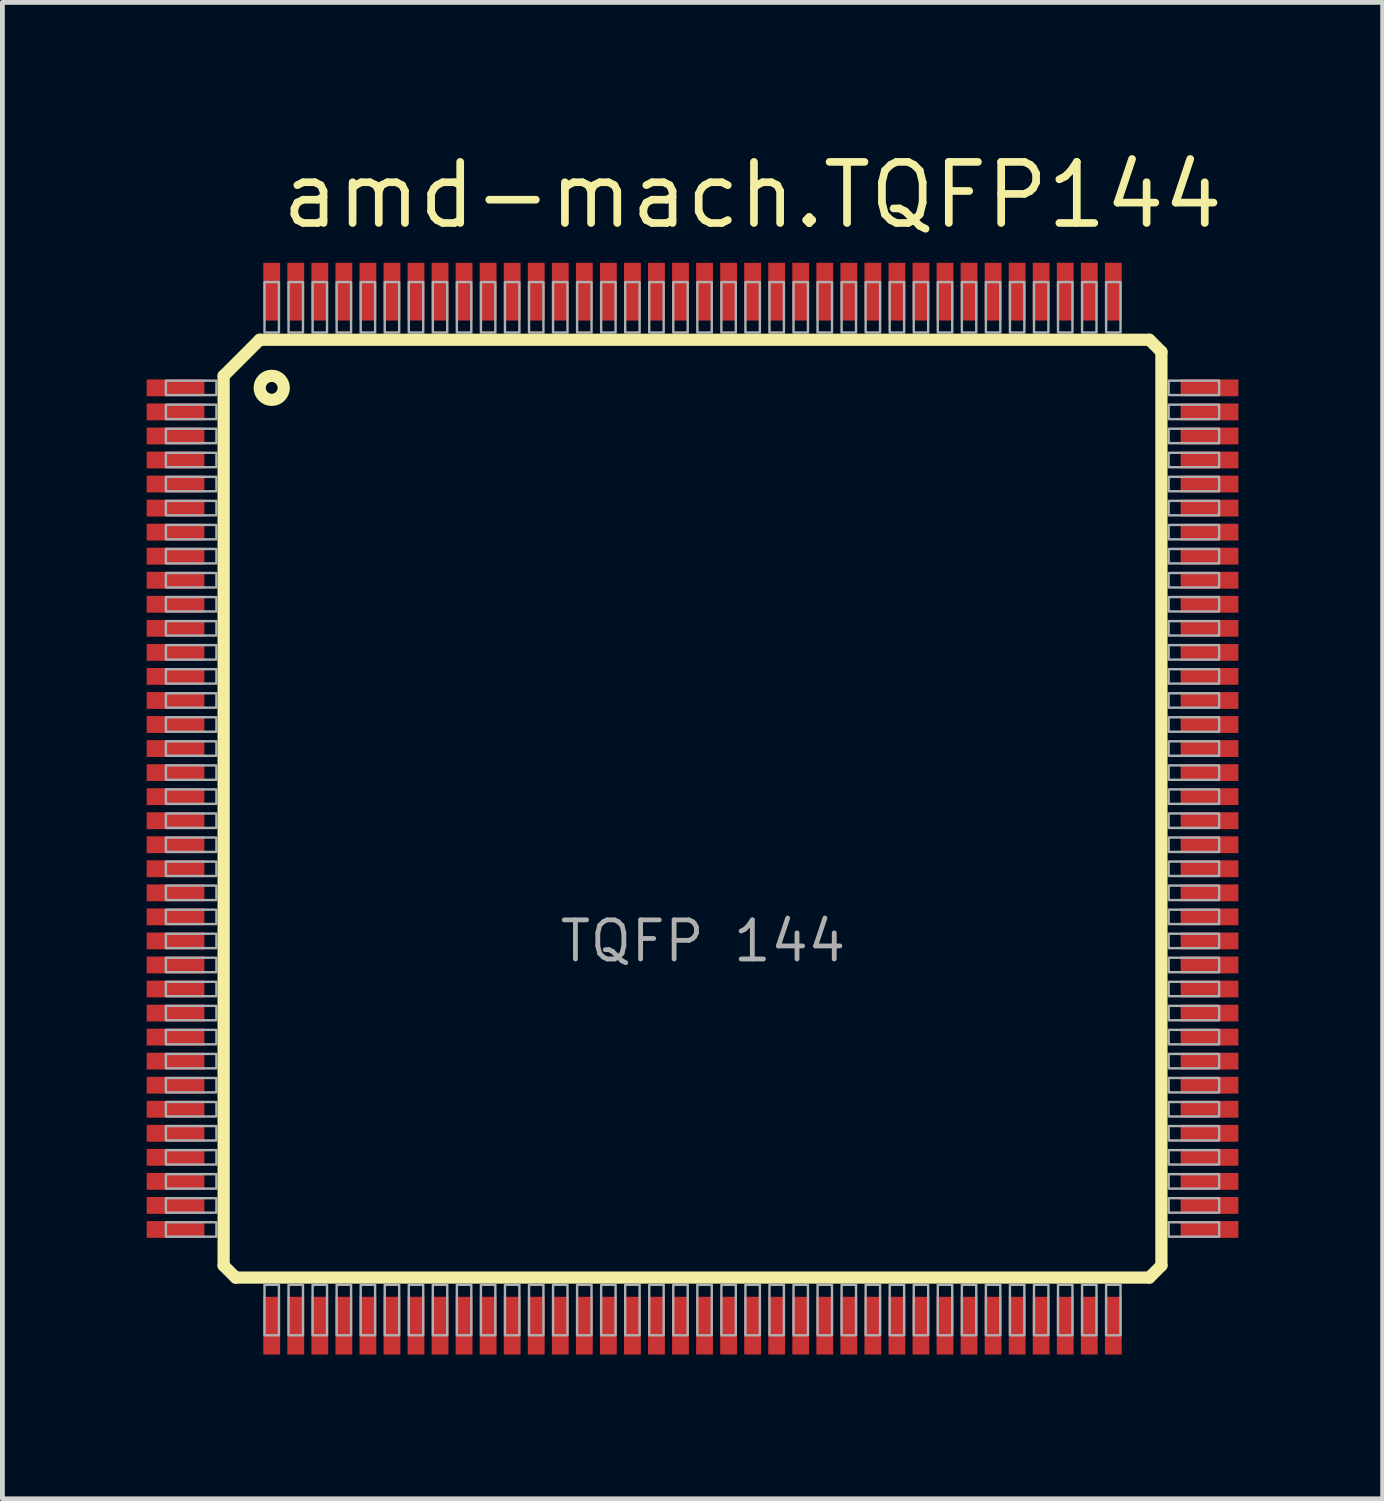
<source format=kicad_pcb>
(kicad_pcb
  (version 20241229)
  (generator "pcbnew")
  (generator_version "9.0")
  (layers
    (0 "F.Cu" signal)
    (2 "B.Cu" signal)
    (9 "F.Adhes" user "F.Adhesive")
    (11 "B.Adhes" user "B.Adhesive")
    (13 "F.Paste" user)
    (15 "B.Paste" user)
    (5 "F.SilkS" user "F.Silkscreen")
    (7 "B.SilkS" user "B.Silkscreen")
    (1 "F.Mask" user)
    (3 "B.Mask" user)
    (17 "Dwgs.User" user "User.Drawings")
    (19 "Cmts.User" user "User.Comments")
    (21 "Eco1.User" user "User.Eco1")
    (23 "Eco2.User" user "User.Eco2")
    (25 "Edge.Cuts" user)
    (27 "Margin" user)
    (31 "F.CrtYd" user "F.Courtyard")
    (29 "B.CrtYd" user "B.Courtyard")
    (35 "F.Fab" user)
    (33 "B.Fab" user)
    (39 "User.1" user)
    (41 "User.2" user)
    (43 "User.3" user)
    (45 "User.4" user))
  (footprint "amd-mach.TQFP144"
    (layer "F.Cu")
    (at 11.35 13.765)
    (property "Reference" "amd-mach.TQFP144" (at -8.625 -12.015 0) (layer "F.SilkS") (effects (font (size 1.27 1.27) (thickness 0.16)) (justify left bottom)))
    (attr smd)
    (fp_line (start -9.75 -9) (end -9 -9.75) (stroke (width 0.254) (type default)) (layer "F.SilkS"))
    (fp_line (start -9.75 9.5) (end -9.75 -9) (stroke (width 0.254) (type default)) (layer "F.SilkS"))
    (fp_line (start -9.5 9.75) (end -9.75 9.5) (stroke (width 0.254) (type default)) (layer "F.SilkS"))
    (fp_line (start -9 -9.75) (end 9.5 -9.75) (stroke (width 0.254) (type default)) (layer "F.SilkS"))
    (fp_line (start 9.5 -9.75) (end 9.75 -9.5) (stroke (width 0.254) (type default)) (layer "F.SilkS"))
    (fp_line (start 9.5 9.75) (end -9.5 9.75) (stroke (width 0.254) (type default)) (layer "F.SilkS"))
    (fp_line (start 9.75 -9.5) (end 9.75 9.5) (stroke (width 0.254) (type default)) (layer "F.SilkS"))
    (fp_line (start 9.75 9.5) (end 9.5 9.75) (stroke (width 0.254) (type default)) (layer "F.SilkS"))
    (fp_circle (center -8.75 -8.75) (end -8.5 -8.75) (stroke (width 0.254) (type default)) (fill no) (layer "F.SilkS"))
    (fp_rect (start -10.95 -8.6) (end -9.9 -8.9) (stroke (width 0.05) (type default)) (fill no) (layer "F.Fab"))
    (fp_rect (start -10.95 -8.1) (end -9.9 -8.4) (stroke (width 0.05) (type default)) (fill no) (layer "F.Fab"))
    (fp_rect (start -10.95 -7.6) (end -9.9 -7.9) (stroke (width 0.05) (type default)) (fill no) (layer "F.Fab"))
    (fp_rect (start -10.95 -7.1) (end -9.9 -7.4) (stroke (width 0.05) (type default)) (fill no) (layer "F.Fab"))
    (fp_rect (start -10.95 -6.6) (end -9.9 -6.9) (stroke (width 0.05) (type default)) (fill no) (layer "F.Fab"))
    (fp_rect (start -10.95 -6.1) (end -9.9 -6.4) (stroke (width 0.05) (type default)) (fill no) (layer "F.Fab"))
    (fp_rect (start -10.95 -5.6) (end -9.9 -5.9) (stroke (width 0.05) (type default)) (fill no) (layer "F.Fab"))
    (fp_rect (start -10.95 -5.1) (end -9.9 -5.4) (stroke (width 0.05) (type default)) (fill no) (layer "F.Fab"))
    (fp_rect (start -10.95 -4.6) (end -9.9 -4.9) (stroke (width 0.05) (type default)) (fill no) (layer "F.Fab"))
    (fp_rect (start -10.95 -4.1) (end -9.9 -4.4) (stroke (width 0.05) (type default)) (fill no) (layer "F.Fab"))
    (fp_rect (start -10.95 -3.6) (end -9.9 -3.9) (stroke (width 0.05) (type default)) (fill no) (layer "F.Fab"))
    (fp_rect (start -10.95 -3.1) (end -9.9 -3.4) (stroke (width 0.05) (type default)) (fill no) (layer "F.Fab"))
    (fp_rect (start -10.95 -2.6) (end -9.9 -2.9) (stroke (width 0.05) (type default)) (fill no) (layer "F.Fab"))
    (fp_rect (start -10.95 -2.1) (end -9.9 -2.4) (stroke (width 0.05) (type default)) (fill no) (layer "F.Fab"))
    (fp_rect (start -10.95 -1.6) (end -9.9 -1.9) (stroke (width 0.05) (type default)) (fill no) (layer "F.Fab"))
    (fp_rect (start -10.95 -1.1) (end -9.9 -1.4) (stroke (width 0.05) (type default)) (fill no) (layer "F.Fab"))
    (fp_rect (start -10.95 -0.6) (end -9.9 -0.9) (stroke (width 0.05) (type default)) (fill no) (layer "F.Fab"))
    (fp_rect (start -10.95 -0.1) (end -9.9 -0.4) (stroke (width 0.05) (type default)) (fill no) (layer "F.Fab"))
    (fp_rect (start -10.95 0.4) (end -9.9 0.1) (stroke (width 0.05) (type default)) (fill no) (layer "F.Fab"))
    (fp_rect (start -10.95 0.9) (end -9.9 0.6) (stroke (width 0.05) (type default)) (fill no) (layer "F.Fab"))
    (fp_rect (start -10.95 1.4) (end -9.9 1.1) (stroke (width 0.05) (type default)) (fill no) (layer "F.Fab"))
    (fp_rect (start -10.95 1.9) (end -9.9 1.6) (stroke (width 0.05) (type default)) (fill no) (layer "F.Fab"))
    (fp_rect (start -10.95 2.4) (end -9.9 2.1) (stroke (width 0.05) (type default)) (fill no) (layer "F.Fab"))
    (fp_rect (start -10.95 2.9) (end -9.9 2.6) (stroke (width 0.05) (type default)) (fill no) (layer "F.Fab"))
    (fp_rect (start -10.95 3.4) (end -9.9 3.1) (stroke (width 0.05) (type default)) (fill no) (layer "F.Fab"))
    (fp_rect (start -10.95 3.9) (end -9.9 3.6) (stroke (width 0.05) (type default)) (fill no) (layer "F.Fab"))
    (fp_rect (start -10.95 4.4) (end -9.9 4.1) (stroke (width 0.05) (type default)) (fill no) (layer "F.Fab"))
    (fp_rect (start -10.95 4.9) (end -9.9 4.6) (stroke (width 0.05) (type default)) (fill no) (layer "F.Fab"))
    (fp_rect (start -10.95 5.4) (end -9.9 5.1) (stroke (width 0.05) (type default)) (fill no) (layer "F.Fab"))
    (fp_rect (start -10.95 5.9) (end -9.9 5.6) (stroke (width 0.05) (type default)) (fill no) (layer "F.Fab"))
    (fp_rect (start -10.95 6.4) (end -9.9 6.1) (stroke (width 0.05) (type default)) (fill no) (layer "F.Fab"))
    (fp_rect (start -10.95 6.9) (end -9.9 6.6) (stroke (width 0.05) (type default)) (fill no) (layer "F.Fab"))
    (fp_rect (start -10.95 7.4) (end -9.9 7.1) (stroke (width 0.05) (type default)) (fill no) (layer "F.Fab"))
    (fp_rect (start -10.95 7.9) (end -9.9 7.6) (stroke (width 0.05) (type default)) (fill no) (layer "F.Fab"))
    (fp_rect (start -10.95 8.4) (end -9.9 8.1) (stroke (width 0.05) (type default)) (fill no) (layer "F.Fab"))
    (fp_rect (start -10.95 8.9) (end -9.9 8.6) (stroke (width 0.05) (type default)) (fill no) (layer "F.Fab"))
    (fp_rect (start -8.9 -9.9) (end -8.6 -10.95) (stroke (width 0.05) (type default)) (fill no) (layer "F.Fab"))
    (fp_rect (start -8.9 10.95) (end -8.6 9.9) (stroke (width 0.05) (type default)) (fill no) (layer "F.Fab"))
    (fp_rect (start -8.4 -9.9) (end -8.1 -10.95) (stroke (width 0.05) (type default)) (fill no) (layer "F.Fab"))
    (fp_rect (start -8.4 10.95) (end -8.1 9.9) (stroke (width 0.05) (type default)) (fill no) (layer "F.Fab"))
    (fp_rect (start -7.9 -9.9) (end -7.6 -10.95) (stroke (width 0.05) (type default)) (fill no) (layer "F.Fab"))
    (fp_rect (start -7.9 10.95) (end -7.6 9.9) (stroke (width 0.05) (type default)) (fill no) (layer "F.Fab"))
    (fp_rect (start -7.4 -9.9) (end -7.1 -10.95) (stroke (width 0.05) (type default)) (fill no) (layer "F.Fab"))
    (fp_rect (start -7.4 10.95) (end -7.1 9.9) (stroke (width 0.05) (type default)) (fill no) (layer "F.Fab"))
    (fp_rect (start -6.9 -9.9) (end -6.6 -10.95) (stroke (width 0.05) (type default)) (fill no) (layer "F.Fab"))
    (fp_rect (start -6.9 10.95) (end -6.6 9.9) (stroke (width 0.05) (type default)) (fill no) (layer "F.Fab"))
    (fp_rect (start -6.4 -9.9) (end -6.1 -10.95) (stroke (width 0.05) (type default)) (fill no) (layer "F.Fab"))
    (fp_rect (start -6.4 10.95) (end -6.1 9.9) (stroke (width 0.05) (type default)) (fill no) (layer "F.Fab"))
    (fp_rect (start -5.9 -9.9) (end -5.6 -10.95) (stroke (width 0.05) (type default)) (fill no) (layer "F.Fab"))
    (fp_rect (start -5.9 10.95) (end -5.6 9.9) (stroke (width 0.05) (type default)) (fill no) (layer "F.Fab"))
    (fp_rect (start -5.4 -9.9) (end -5.1 -10.95) (stroke (width 0.05) (type default)) (fill no) (layer "F.Fab"))
    (fp_rect (start -5.4 10.95) (end -5.1 9.9) (stroke (width 0.05) (type default)) (fill no) (layer "F.Fab"))
    (fp_rect (start -4.9 -9.9) (end -4.6 -10.95) (stroke (width 0.05) (type default)) (fill no) (layer "F.Fab"))
    (fp_rect (start -4.9 10.95) (end -4.6 9.9) (stroke (width 0.05) (type default)) (fill no) (layer "F.Fab"))
    (fp_rect (start -4.4 -9.9) (end -4.1 -10.95) (stroke (width 0.05) (type default)) (fill no) (layer "F.Fab"))
    (fp_rect (start -4.4 10.95) (end -4.1 9.9) (stroke (width 0.05) (type default)) (fill no) (layer "F.Fab"))
    (fp_rect (start -3.9 -9.9) (end -3.6 -10.95) (stroke (width 0.05) (type default)) (fill no) (layer "F.Fab"))
    (fp_rect (start -3.9 10.95) (end -3.6 9.9) (stroke (width 0.05) (type default)) (fill no) (layer "F.Fab"))
    (fp_rect (start -3.4 -9.9) (end -3.1 -10.95) (stroke (width 0.05) (type default)) (fill no) (layer "F.Fab"))
    (fp_rect (start -3.4 10.95) (end -3.1 9.9) (stroke (width 0.05) (type default)) (fill no) (layer "F.Fab"))
    (fp_rect (start -2.9 -9.9) (end -2.6 -10.95) (stroke (width 0.05) (type default)) (fill no) (layer "F.Fab"))
    (fp_rect (start -2.9 10.95) (end -2.6 9.9) (stroke (width 0.05) (type default)) (fill no) (layer "F.Fab"))
    (fp_rect (start -2.4 -9.9) (end -2.1 -10.95) (stroke (width 0.05) (type default)) (fill no) (layer "F.Fab"))
    (fp_rect (start -2.4 10.95) (end -2.1 9.9) (stroke (width 0.05) (type default)) (fill no) (layer "F.Fab"))
    (fp_rect (start -1.9 -9.9) (end -1.6 -10.95) (stroke (width 0.05) (type default)) (fill no) (layer "F.Fab"))
    (fp_rect (start -1.9 10.95) (end -1.6 9.9) (stroke (width 0.05) (type default)) (fill no) (layer "F.Fab"))
    (fp_rect (start -1.4 -9.9) (end -1.1 -10.95) (stroke (width 0.05) (type default)) (fill no) (layer "F.Fab"))
    (fp_rect (start -1.4 10.95) (end -1.1 9.9) (stroke (width 0.05) (type default)) (fill no) (layer "F.Fab"))
    (fp_rect (start -0.9 -9.9) (end -0.6 -10.95) (stroke (width 0.05) (type default)) (fill no) (layer "F.Fab"))
    (fp_rect (start -0.9 10.95) (end -0.6 9.9) (stroke (width 0.05) (type default)) (fill no) (layer "F.Fab"))
    (fp_rect (start -0.4 -9.9) (end -0.1 -10.95) (stroke (width 0.05) (type default)) (fill no) (layer "F.Fab"))
    (fp_rect (start -0.4 10.95) (end -0.1 9.9) (stroke (width 0.05) (type default)) (fill no) (layer "F.Fab"))
    (fp_rect (start 0.1 -9.9) (end 0.4 -10.95) (stroke (width 0.05) (type default)) (fill no) (layer "F.Fab"))
    (fp_rect (start 0.1 10.95) (end 0.4 9.9) (stroke (width 0.05) (type default)) (fill no) (layer "F.Fab"))
    (fp_rect (start 0.6 -9.9) (end 0.9 -10.95) (stroke (width 0.05) (type default)) (fill no) (layer "F.Fab"))
    (fp_rect (start 0.6 10.95) (end 0.9 9.9) (stroke (width 0.05) (type default)) (fill no) (layer "F.Fab"))
    (fp_rect (start 1.1 -9.9) (end 1.4 -10.95) (stroke (width 0.05) (type default)) (fill no) (layer "F.Fab"))
    (fp_rect (start 1.1 10.95) (end 1.4 9.9) (stroke (width 0.05) (type default)) (fill no) (layer "F.Fab"))
    (fp_rect (start 1.6 -9.9) (end 1.9 -10.95) (stroke (width 0.05) (type default)) (fill no) (layer "F.Fab"))
    (fp_rect (start 1.6 10.95) (end 1.9 9.9) (stroke (width 0.05) (type default)) (fill no) (layer "F.Fab"))
    (fp_rect (start 2.1 -9.9) (end 2.4 -10.95) (stroke (width 0.05) (type default)) (fill no) (layer "F.Fab"))
    (fp_rect (start 2.1 10.95) (end 2.4 9.9) (stroke (width 0.05) (type default)) (fill no) (layer "F.Fab"))
    (fp_rect (start 2.6 -9.9) (end 2.9 -10.95) (stroke (width 0.05) (type default)) (fill no) (layer "F.Fab"))
    (fp_rect (start 2.6 10.95) (end 2.9 9.9) (stroke (width 0.05) (type default)) (fill no) (layer "F.Fab"))
    (fp_rect (start 3.1 -9.9) (end 3.4 -10.95) (stroke (width 0.05) (type default)) (fill no) (layer "F.Fab"))
    (fp_rect (start 3.1 10.95) (end 3.4 9.9) (stroke (width 0.05) (type default)) (fill no) (layer "F.Fab"))
    (fp_rect (start 3.6 -9.9) (end 3.9 -10.95) (stroke (width 0.05) (type default)) (fill no) (layer "F.Fab"))
    (fp_rect (start 3.6 10.95) (end 3.9 9.9) (stroke (width 0.05) (type default)) (fill no) (layer "F.Fab"))
    (fp_rect (start 4.1 -9.9) (end 4.4 -10.95) (stroke (width 0.05) (type default)) (fill no) (layer "F.Fab"))
    (fp_rect (start 4.1 10.95) (end 4.4 9.9) (stroke (width 0.05) (type default)) (fill no) (layer "F.Fab"))
    (fp_rect (start 4.6 -9.9) (end 4.9 -10.95) (stroke (width 0.05) (type default)) (fill no) (layer "F.Fab"))
    (fp_rect (start 4.6 10.95) (end 4.9 9.9) (stroke (width 0.05) (type default)) (fill no) (layer "F.Fab"))
    (fp_rect (start 5.1 -9.9) (end 5.4 -10.95) (stroke (width 0.05) (type default)) (fill no) (layer "F.Fab"))
    (fp_rect (start 5.1 10.95) (end 5.4 9.9) (stroke (width 0.05) (type default)) (fill no) (layer "F.Fab"))
    (fp_rect (start 5.6 -9.9) (end 5.9 -10.95) (stroke (width 0.05) (type default)) (fill no) (layer "F.Fab"))
    (fp_rect (start 5.6 10.95) (end 5.9 9.9) (stroke (width 0.05) (type default)) (fill no) (layer "F.Fab"))
    (fp_rect (start 6.1 -9.9) (end 6.4 -10.95) (stroke (width 0.05) (type default)) (fill no) (layer "F.Fab"))
    (fp_rect (start 6.1 10.95) (end 6.4 9.9) (stroke (width 0.05) (type default)) (fill no) (layer "F.Fab"))
    (fp_rect (start 6.6 -9.9) (end 6.9 -10.95) (stroke (width 0.05) (type default)) (fill no) (layer "F.Fab"))
    (fp_rect (start 6.6 10.95) (end 6.9 9.9) (stroke (width 0.05) (type default)) (fill no) (layer "F.Fab"))
    (fp_rect (start 7.1 -9.9) (end 7.4 -10.95) (stroke (width 0.05) (type default)) (fill no) (layer "F.Fab"))
    (fp_rect (start 7.1 10.95) (end 7.4 9.9) (stroke (width 0.05) (type default)) (fill no) (layer "F.Fab"))
    (fp_rect (start 7.6 -9.9) (end 7.9 -10.95) (stroke (width 0.05) (type default)) (fill no) (layer "F.Fab"))
    (fp_rect (start 7.6 10.95) (end 7.9 9.9) (stroke (width 0.05) (type default)) (fill no) (layer "F.Fab"))
    (fp_rect (start 8.1 -9.9) (end 8.4 -10.95) (stroke (width 0.05) (type default)) (fill no) (layer "F.Fab"))
    (fp_rect (start 8.1 10.95) (end 8.4 9.9) (stroke (width 0.05) (type default)) (fill no) (layer "F.Fab"))
    (fp_rect (start 8.6 -9.9) (end 8.9 -10.95) (stroke (width 0.05) (type default)) (fill no) (layer "F.Fab"))
    (fp_rect (start 8.6 10.95) (end 8.9 9.9) (stroke (width 0.05) (type default)) (fill no) (layer "F.Fab"))
    (fp_rect (start 9.9 -8.6) (end 10.95 -8.9) (stroke (width 0.05) (type default)) (fill no) (layer "F.Fab"))
    (fp_rect (start 9.9 -8.1) (end 10.95 -8.4) (stroke (width 0.05) (type default)) (fill no) (layer "F.Fab"))
    (fp_rect (start 9.9 -7.6) (end 10.95 -7.9) (stroke (width 0.05) (type default)) (fill no) (layer "F.Fab"))
    (fp_rect (start 9.9 -7.1) (end 10.95 -7.4) (stroke (width 0.05) (type default)) (fill no) (layer "F.Fab"))
    (fp_rect (start 9.9 -6.6) (end 10.95 -6.9) (stroke (width 0.05) (type default)) (fill no) (layer "F.Fab"))
    (fp_rect (start 9.9 -6.1) (end 10.95 -6.4) (stroke (width 0.05) (type default)) (fill no) (layer "F.Fab"))
    (fp_rect (start 9.9 -5.6) (end 10.95 -5.9) (stroke (width 0.05) (type default)) (fill no) (layer "F.Fab"))
    (fp_rect (start 9.9 -5.1) (end 10.95 -5.4) (stroke (width 0.05) (type default)) (fill no) (layer "F.Fab"))
    (fp_rect (start 9.9 -4.6) (end 10.95 -4.9) (stroke (width 0.05) (type default)) (fill no) (layer "F.Fab"))
    (fp_rect (start 9.9 -4.1) (end 10.95 -4.4) (stroke (width 0.05) (type default)) (fill no) (layer "F.Fab"))
    (fp_rect (start 9.9 -3.6) (end 10.95 -3.9) (stroke (width 0.05) (type default)) (fill no) (layer "F.Fab"))
    (fp_rect (start 9.9 -3.1) (end 10.95 -3.4) (stroke (width 0.05) (type default)) (fill no) (layer "F.Fab"))
    (fp_rect (start 9.9 -2.6) (end 10.95 -2.9) (stroke (width 0.05) (type default)) (fill no) (layer "F.Fab"))
    (fp_rect (start 9.9 -2.1) (end 10.95 -2.4) (stroke (width 0.05) (type default)) (fill no) (layer "F.Fab"))
    (fp_rect (start 9.9 -1.6) (end 10.95 -1.9) (stroke (width 0.05) (type default)) (fill no) (layer "F.Fab"))
    (fp_rect (start 9.9 -1.1) (end 10.95 -1.4) (stroke (width 0.05) (type default)) (fill no) (layer "F.Fab"))
    (fp_rect (start 9.9 -0.6) (end 10.95 -0.9) (stroke (width 0.05) (type default)) (fill no) (layer "F.Fab"))
    (fp_rect (start 9.9 -0.1) (end 10.95 -0.4) (stroke (width 0.05) (type default)) (fill no) (layer "F.Fab"))
    (fp_rect (start 9.9 0.4) (end 10.95 0.1) (stroke (width 0.05) (type default)) (fill no) (layer "F.Fab"))
    (fp_rect (start 9.9 0.9) (end 10.95 0.6) (stroke (width 0.05) (type default)) (fill no) (layer "F.Fab"))
    (fp_rect (start 9.9 1.4) (end 10.95 1.1) (stroke (width 0.05) (type default)) (fill no) (layer "F.Fab"))
    (fp_rect (start 9.9 1.9) (end 10.95 1.6) (stroke (width 0.05) (type default)) (fill no) (layer "F.Fab"))
    (fp_rect (start 9.9 2.4) (end 10.95 2.1) (stroke (width 0.05) (type default)) (fill no) (layer "F.Fab"))
    (fp_rect (start 9.9 2.9) (end 10.95 2.6) (stroke (width 0.05) (type default)) (fill no) (layer "F.Fab"))
    (fp_rect (start 9.9 3.4) (end 10.95 3.1) (stroke (width 0.05) (type default)) (fill no) (layer "F.Fab"))
    (fp_rect (start 9.9 3.9) (end 10.95 3.6) (stroke (width 0.05) (type default)) (fill no) (layer "F.Fab"))
    (fp_rect (start 9.9 4.4) (end 10.95 4.1) (stroke (width 0.05) (type default)) (fill no) (layer "F.Fab"))
    (fp_rect (start 9.9 4.9) (end 10.95 4.6) (stroke (width 0.05) (type default)) (fill no) (layer "F.Fab"))
    (fp_rect (start 9.9 5.4) (end 10.95 5.1) (stroke (width 0.05) (type default)) (fill no) (layer "F.Fab"))
    (fp_rect (start 9.9 5.9) (end 10.95 5.6) (stroke (width 0.05) (type default)) (fill no) (layer "F.Fab"))
    (fp_rect (start 9.9 6.4) (end 10.95 6.1) (stroke (width 0.05) (type default)) (fill no) (layer "F.Fab"))
    (fp_rect (start 9.9 6.9) (end 10.95 6.6) (stroke (width 0.05) (type default)) (fill no) (layer "F.Fab"))
    (fp_rect (start 9.9 7.4) (end 10.95 7.1) (stroke (width 0.05) (type default)) (fill no) (layer "F.Fab"))
    (fp_rect (start 9.9 7.9) (end 10.95 7.6) (stroke (width 0.05) (type default)) (fill no) (layer "F.Fab"))
    (fp_rect (start 9.9 8.4) (end 10.95 8.1) (stroke (width 0.05) (type default)) (fill no) (layer "F.Fab"))
    (fp_rect (start 9.9 8.9) (end 10.95 8.6) (stroke (width 0.05) (type default)) (fill no) (layer "F.Fab"))
    (fp_text user "TQFP 144" (at -2.81 3.23 0) (layer "F.Fab") (effects (font (size 0.813 0.813) (thickness 0.1)) (justify left bottom)))
    (pad "1" smd roundrect (at -10.75 -8.75) (size 1.2 0.35) (layers "F.Cu" "F.Mask" "F.Paste") (roundrect_rratio 0.01))
    (pad "2" smd roundrect (at -10.75 -8.25) (size 1.2 0.35) (layers "F.Cu" "F.Mask" "F.Paste") (roundrect_rratio 0.01))
    (pad "3" smd roundrect (at -10.75 -7.75) (size 1.2 0.35) (layers "F.Cu" "F.Mask" "F.Paste") (roundrect_rratio 0.01))
    (pad "4" smd roundrect (at -10.75 -7.25) (size 1.2 0.35) (layers "F.Cu" "F.Mask" "F.Paste") (roundrect_rratio 0.01))
    (pad "5" smd roundrect (at -10.75 -6.75) (size 1.2 0.35) (layers "F.Cu" "F.Mask" "F.Paste") (roundrect_rratio 0.01))
    (pad "6" smd roundrect (at -10.75 -6.25) (size 1.2 0.35) (layers "F.Cu" "F.Mask" "F.Paste") (roundrect_rratio 0.01))
    (pad "7" smd roundrect (at -10.75 -5.75) (size 1.2 0.35) (layers "F.Cu" "F.Mask" "F.Paste") (roundrect_rratio 0.01))
    (pad "8" smd roundrect (at -10.75 -5.25) (size 1.2 0.35) (layers "F.Cu" "F.Mask" "F.Paste") (roundrect_rratio 0.01))
    (pad "9" smd roundrect (at -10.75 -4.75) (size 1.2 0.35) (layers "F.Cu" "F.Mask" "F.Paste") (roundrect_rratio 0.01))
    (pad "10" smd roundrect (at -10.75 -4.25) (size 1.2 0.35) (layers "F.Cu" "F.Mask" "F.Paste") (roundrect_rratio 0.01))
    (pad "11" smd roundrect (at -10.75 -3.75) (size 1.2 0.35) (layers "F.Cu" "F.Mask" "F.Paste") (roundrect_rratio 0.01))
    (pad "12" smd roundrect (at -10.75 -3.25) (size 1.2 0.35) (layers "F.Cu" "F.Mask" "F.Paste") (roundrect_rratio 0.01))
    (pad "13" smd roundrect (at -10.75 -2.75) (size 1.2 0.35) (layers "F.Cu" "F.Mask" "F.Paste") (roundrect_rratio 0.01))
    (pad "14" smd roundrect (at -10.75 -2.25) (size 1.2 0.35) (layers "F.Cu" "F.Mask" "F.Paste") (roundrect_rratio 0.01))
    (pad "15" smd roundrect (at -10.75 -1.75) (size 1.2 0.35) (layers "F.Cu" "F.Mask" "F.Paste") (roundrect_rratio 0.01))
    (pad "16" smd roundrect (at -10.75 -1.25) (size 1.2 0.35) (layers "F.Cu" "F.Mask" "F.Paste") (roundrect_rratio 0.01))
    (pad "17" smd roundrect (at -10.75 -0.75) (size 1.2 0.35) (layers "F.Cu" "F.Mask" "F.Paste") (roundrect_rratio 0.01))
    (pad "18" smd roundrect (at -10.75 -0.25) (size 1.2 0.35) (layers "F.Cu" "F.Mask" "F.Paste") (roundrect_rratio 0.01))
    (pad "19" smd roundrect (at -10.75 0.25) (size 1.2 0.35) (layers "F.Cu" "F.Mask" "F.Paste") (roundrect_rratio 0.01))
    (pad "20" smd roundrect (at -10.75 0.75) (size 1.2 0.35) (layers "F.Cu" "F.Mask" "F.Paste") (roundrect_rratio 0.01))
    (pad "21" smd roundrect (at -10.75 1.25) (size 1.2 0.35) (layers "F.Cu" "F.Mask" "F.Paste") (roundrect_rratio 0.01))
    (pad "22" smd roundrect (at -10.75 1.75) (size 1.2 0.35) (layers "F.Cu" "F.Mask" "F.Paste") (roundrect_rratio 0.01))
    (pad "23" smd roundrect (at -10.75 2.25) (size 1.2 0.35) (layers "F.Cu" "F.Mask" "F.Paste") (roundrect_rratio 0.01))
    (pad "24" smd roundrect (at -10.75 2.75) (size 1.2 0.35) (layers "F.Cu" "F.Mask" "F.Paste") (roundrect_rratio 0.01))
    (pad "25" smd roundrect (at -10.75 3.25) (size 1.2 0.35) (layers "F.Cu" "F.Mask" "F.Paste") (roundrect_rratio 0.01))
    (pad "26" smd roundrect (at -10.75 3.75) (size 1.2 0.35) (layers "F.Cu" "F.Mask" "F.Paste") (roundrect_rratio 0.01))
    (pad "27" smd roundrect (at -10.75 4.25) (size 1.2 0.35) (layers "F.Cu" "F.Mask" "F.Paste") (roundrect_rratio 0.01))
    (pad "28" smd roundrect (at -10.75 4.75) (size 1.2 0.35) (layers "F.Cu" "F.Mask" "F.Paste") (roundrect_rratio 0.01))
    (pad "29" smd roundrect (at -10.75 5.25) (size 1.2 0.35) (layers "F.Cu" "F.Mask" "F.Paste") (roundrect_rratio 0.01))
    (pad "30" smd roundrect (at -10.75 5.75) (size 1.2 0.35) (layers "F.Cu" "F.Mask" "F.Paste") (roundrect_rratio 0.01))
    (pad "31" smd roundrect (at -10.75 6.25) (size 1.2 0.35) (layers "F.Cu" "F.Mask" "F.Paste") (roundrect_rratio 0.01))
    (pad "32" smd roundrect (at -10.75 6.75) (size 1.2 0.35) (layers "F.Cu" "F.Mask" "F.Paste") (roundrect_rratio 0.01))
    (pad "33" smd roundrect (at -10.75 7.25) (size 1.2 0.35) (layers "F.Cu" "F.Mask" "F.Paste") (roundrect_rratio 0.01))
    (pad "34" smd roundrect (at -10.75 7.75) (size 1.2 0.35) (layers "F.Cu" "F.Mask" "F.Paste") (roundrect_rratio 0.01))
    (pad "35" smd roundrect (at -10.75 8.25) (size 1.2 0.35) (layers "F.Cu" "F.Mask" "F.Paste") (roundrect_rratio 0.01))
    (pad "36" smd roundrect (at -10.75 8.75) (size 1.2 0.35) (layers "F.Cu" "F.Mask" "F.Paste") (roundrect_rratio 0.01))
    (pad "37" smd roundrect (at -8.75 10.75) (size 0.35 1.2) (layers "F.Cu" "F.Mask" "F.Paste") (roundrect_rratio 0.01))
    (pad "38" smd roundrect (at -8.25 10.75) (size 0.35 1.2) (layers "F.Cu" "F.Mask" "F.Paste") (roundrect_rratio 0.01))
    (pad "39" smd roundrect (at -7.75 10.75) (size 0.35 1.2) (layers "F.Cu" "F.Mask" "F.Paste") (roundrect_rratio 0.01))
    (pad "40" smd roundrect (at -7.25 10.75) (size 0.35 1.2) (layers "F.Cu" "F.Mask" "F.Paste") (roundrect_rratio 0.01))
    (pad "41" smd roundrect (at -6.75 10.75) (size 0.35 1.2) (layers "F.Cu" "F.Mask" "F.Paste") (roundrect_rratio 0.01))
    (pad "42" smd roundrect (at -6.25 10.75) (size 0.35 1.2) (layers "F.Cu" "F.Mask" "F.Paste") (roundrect_rratio 0.01))
    (pad "43" smd roundrect (at -5.75 10.75) (size 0.35 1.2) (layers "F.Cu" "F.Mask" "F.Paste") (roundrect_rratio 0.01))
    (pad "44" smd roundrect (at -5.25 10.75) (size 0.35 1.2) (layers "F.Cu" "F.Mask" "F.Paste") (roundrect_rratio 0.01))
    (pad "45" smd roundrect (at -4.75 10.75) (size 0.35 1.2) (layers "F.Cu" "F.Mask" "F.Paste") (roundrect_rratio 0.01))
    (pad "46" smd roundrect (at -4.25 10.75) (size 0.35 1.2) (layers "F.Cu" "F.Mask" "F.Paste") (roundrect_rratio 0.01))
    (pad "47" smd roundrect (at -3.75 10.75) (size 0.35 1.2) (layers "F.Cu" "F.Mask" "F.Paste") (roundrect_rratio 0.01))
    (pad "48" smd roundrect (at -3.25 10.75) (size 0.35 1.2) (layers "F.Cu" "F.Mask" "F.Paste") (roundrect_rratio 0.01))
    (pad "49" smd roundrect (at -2.75 10.75) (size 0.35 1.2) (layers "F.Cu" "F.Mask" "F.Paste") (roundrect_rratio 0.01))
    (pad "50" smd roundrect (at -2.25 10.75) (size 0.35 1.2) (layers "F.Cu" "F.Mask" "F.Paste") (roundrect_rratio 0.01))
    (pad "51" smd roundrect (at -1.75 10.75) (size 0.35 1.2) (layers "F.Cu" "F.Mask" "F.Paste") (roundrect_rratio 0.01))
    (pad "52" smd roundrect (at -1.25 10.75) (size 0.35 1.2) (layers "F.Cu" "F.Mask" "F.Paste") (roundrect_rratio 0.01))
    (pad "53" smd roundrect (at -0.75 10.75) (size 0.35 1.2) (layers "F.Cu" "F.Mask" "F.Paste") (roundrect_rratio 0.01))
    (pad "54" smd roundrect (at -0.25 10.75) (size 0.35 1.2) (layers "F.Cu" "F.Mask" "F.Paste") (roundrect_rratio 0.01))
    (pad "55" smd roundrect (at 0.25 10.75) (size 0.35 1.2) (layers "F.Cu" "F.Mask" "F.Paste") (roundrect_rratio 0.01))
    (pad "56" smd roundrect (at 0.75 10.75) (size 0.35 1.2) (layers "F.Cu" "F.Mask" "F.Paste") (roundrect_rratio 0.01))
    (pad "57" smd roundrect (at 1.25 10.75) (size 0.35 1.2) (layers "F.Cu" "F.Mask" "F.Paste") (roundrect_rratio 0.01))
    (pad "58" smd roundrect (at 1.75 10.75) (size 0.35 1.2) (layers "F.Cu" "F.Mask" "F.Paste") (roundrect_rratio 0.01))
    (pad "59" smd roundrect (at 2.25 10.75) (size 0.35 1.2) (layers "F.Cu" "F.Mask" "F.Paste") (roundrect_rratio 0.01))
    (pad "60" smd roundrect (at 2.75 10.75) (size 0.35 1.2) (layers "F.Cu" "F.Mask" "F.Paste") (roundrect_rratio 0.01))
    (pad "61" smd roundrect (at 3.25 10.75) (size 0.35 1.2) (layers "F.Cu" "F.Mask" "F.Paste") (roundrect_rratio 0.01))
    (pad "62" smd roundrect (at 3.75 10.75) (size 0.35 1.2) (layers "F.Cu" "F.Mask" "F.Paste") (roundrect_rratio 0.01))
    (pad "63" smd roundrect (at 4.25 10.75) (size 0.35 1.2) (layers "F.Cu" "F.Mask" "F.Paste") (roundrect_rratio 0.01))
    (pad "64" smd roundrect (at 4.75 10.75) (size 0.35 1.2) (layers "F.Cu" "F.Mask" "F.Paste") (roundrect_rratio 0.01))
    (pad "65" smd roundrect (at 5.25 10.75) (size 0.35 1.2) (layers "F.Cu" "F.Mask" "F.Paste") (roundrect_rratio 0.01))
    (pad "66" smd roundrect (at 5.75 10.75) (size 0.35 1.2) (layers "F.Cu" "F.Mask" "F.Paste") (roundrect_rratio 0.01))
    (pad "67" smd roundrect (at 6.25 10.75) (size 0.35 1.2) (layers "F.Cu" "F.Mask" "F.Paste") (roundrect_rratio 0.01))
    (pad "68" smd roundrect (at 6.75 10.75) (size 0.35 1.2) (layers "F.Cu" "F.Mask" "F.Paste") (roundrect_rratio 0.01))
    (pad "69" smd roundrect (at 7.25 10.75) (size 0.35 1.2) (layers "F.Cu" "F.Mask" "F.Paste") (roundrect_rratio 0.01))
    (pad "70" smd roundrect (at 7.75 10.75) (size 0.35 1.2) (layers "F.Cu" "F.Mask" "F.Paste") (roundrect_rratio 0.01))
    (pad "71" smd roundrect (at 8.25 10.75) (size 0.35 1.2) (layers "F.Cu" "F.Mask" "F.Paste") (roundrect_rratio 0.01))
    (pad "72" smd roundrect (at 8.75 10.75) (size 0.35 1.2) (layers "F.Cu" "F.Mask" "F.Paste") (roundrect_rratio 0.01))
    (pad "73" smd roundrect (at 10.75 8.75) (size 1.2 0.35) (layers "F.Cu" "F.Mask" "F.Paste") (roundrect_rratio 0.01))
    (pad "74" smd roundrect (at 10.75 8.25) (size 1.2 0.35) (layers "F.Cu" "F.Mask" "F.Paste") (roundrect_rratio 0.01))
    (pad "75" smd roundrect (at 10.75 7.75) (size 1.2 0.35) (layers "F.Cu" "F.Mask" "F.Paste") (roundrect_rratio 0.01))
    (pad "76" smd roundrect (at 10.75 7.25) (size 1.2 0.35) (layers "F.Cu" "F.Mask" "F.Paste") (roundrect_rratio 0.01))
    (pad "77" smd roundrect (at 10.75 6.75) (size 1.2 0.35) (layers "F.Cu" "F.Mask" "F.Paste") (roundrect_rratio 0.01))
    (pad "78" smd roundrect (at 10.75 6.25) (size 1.2 0.35) (layers "F.Cu" "F.Mask" "F.Paste") (roundrect_rratio 0.01))
    (pad "79" smd roundrect (at 10.75 5.75) (size 1.2 0.35) (layers "F.Cu" "F.Mask" "F.Paste") (roundrect_rratio 0.01))
    (pad "80" smd roundrect (at 10.75 5.25) (size 1.2 0.35) (layers "F.Cu" "F.Mask" "F.Paste") (roundrect_rratio 0.01))
    (pad "81" smd roundrect (at 10.75 4.75) (size 1.2 0.35) (layers "F.Cu" "F.Mask" "F.Paste") (roundrect_rratio 0.01))
    (pad "82" smd roundrect (at 10.75 4.25) (size 1.2 0.35) (layers "F.Cu" "F.Mask" "F.Paste") (roundrect_rratio 0.01))
    (pad "83" smd roundrect (at 10.75 3.75) (size 1.2 0.35) (layers "F.Cu" "F.Mask" "F.Paste") (roundrect_rratio 0.01))
    (pad "84" smd roundrect (at 10.75 3.25) (size 1.2 0.35) (layers "F.Cu" "F.Mask" "F.Paste") (roundrect_rratio 0.01))
    (pad "85" smd roundrect (at 10.75 2.75) (size 1.2 0.35) (layers "F.Cu" "F.Mask" "F.Paste") (roundrect_rratio 0.01))
    (pad "86" smd roundrect (at 10.75 2.25) (size 1.2 0.35) (layers "F.Cu" "F.Mask" "F.Paste") (roundrect_rratio 0.01))
    (pad "87" smd roundrect (at 10.75 1.75) (size 1.2 0.35) (layers "F.Cu" "F.Mask" "F.Paste") (roundrect_rratio 0.01))
    (pad "88" smd roundrect (at 10.75 1.25) (size 1.2 0.35) (layers "F.Cu" "F.Mask" "F.Paste") (roundrect_rratio 0.01))
    (pad "89" smd roundrect (at 10.75 0.75) (size 1.2 0.35) (layers "F.Cu" "F.Mask" "F.Paste") (roundrect_rratio 0.01))
    (pad "90" smd roundrect (at 10.75 0.25) (size 1.2 0.35) (layers "F.Cu" "F.Mask" "F.Paste") (roundrect_rratio 0.01))
    (pad "91" smd roundrect (at 10.75 -0.25) (size 1.2 0.35) (layers "F.Cu" "F.Mask" "F.Paste") (roundrect_rratio 0.01))
    (pad "92" smd roundrect (at 10.75 -0.75) (size 1.2 0.35) (layers "F.Cu" "F.Mask" "F.Paste") (roundrect_rratio 0.01))
    (pad "93" smd roundrect (at 10.75 -1.25) (size 1.2 0.35) (layers "F.Cu" "F.Mask" "F.Paste") (roundrect_rratio 0.01))
    (pad "94" smd roundrect (at 10.75 -1.75) (size 1.2 0.35) (layers "F.Cu" "F.Mask" "F.Paste") (roundrect_rratio 0.01))
    (pad "95" smd roundrect (at 10.75 -2.25) (size 1.2 0.35) (layers "F.Cu" "F.Mask" "F.Paste") (roundrect_rratio 0.01))
    (pad "96" smd roundrect (at 10.75 -2.75) (size 1.2 0.35) (layers "F.Cu" "F.Mask" "F.Paste") (roundrect_rratio 0.01))
    (pad "97" smd roundrect (at 10.75 -3.25) (size 1.2 0.35) (layers "F.Cu" "F.Mask" "F.Paste") (roundrect_rratio 0.01))
    (pad "98" smd roundrect (at 10.75 -3.75) (size 1.2 0.35) (layers "F.Cu" "F.Mask" "F.Paste") (roundrect_rratio 0.01))
    (pad "99" smd roundrect (at 10.75 -4.25) (size 1.2 0.35) (layers "F.Cu" "F.Mask" "F.Paste") (roundrect_rratio 0.01))
    (pad "100" smd roundrect (at 10.75 -4.75) (size 1.2 0.35) (layers "F.Cu" "F.Mask" "F.Paste") (roundrect_rratio 0.01))
    (pad "101" smd roundrect (at 10.75 -5.25) (size 1.2 0.35) (layers "F.Cu" "F.Mask" "F.Paste") (roundrect_rratio 0.01))
    (pad "102" smd roundrect (at 10.75 -5.75) (size 1.2 0.35) (layers "F.Cu" "F.Mask" "F.Paste") (roundrect_rratio 0.01))
    (pad "103" smd roundrect (at 10.75 -6.25) (size 1.2 0.35) (layers "F.Cu" "F.Mask" "F.Paste") (roundrect_rratio 0.01))
    (pad "104" smd roundrect (at 10.75 -6.75) (size 1.2 0.35) (layers "F.Cu" "F.Mask" "F.Paste") (roundrect_rratio 0.01))
    (pad "105" smd roundrect (at 10.75 -7.25) (size 1.2 0.35) (layers "F.Cu" "F.Mask" "F.Paste") (roundrect_rratio 0.01))
    (pad "106" smd roundrect (at 10.75 -7.75) (size 1.2 0.35) (layers "F.Cu" "F.Mask" "F.Paste") (roundrect_rratio 0.01))
    (pad "107" smd roundrect (at 10.75 -8.25) (size 1.2 0.35) (layers "F.Cu" "F.Mask" "F.Paste") (roundrect_rratio 0.01))
    (pad "108" smd roundrect (at 10.75 -8.75) (size 1.2 0.35) (layers "F.Cu" "F.Mask" "F.Paste") (roundrect_rratio 0.01))
    (pad "109" smd roundrect (at 8.75 -10.75) (size 0.35 1.2) (layers "F.Cu" "F.Mask" "F.Paste") (roundrect_rratio 0.01))
    (pad "110" smd roundrect (at 8.25 -10.75) (size 0.35 1.2) (layers "F.Cu" "F.Mask" "F.Paste") (roundrect_rratio 0.01))
    (pad "111" smd roundrect (at 7.75 -10.75) (size 0.35 1.2) (layers "F.Cu" "F.Mask" "F.Paste") (roundrect_rratio 0.01))
    (pad "112" smd roundrect (at 7.25 -10.75) (size 0.35 1.2) (layers "F.Cu" "F.Mask" "F.Paste") (roundrect_rratio 0.01))
    (pad "113" smd roundrect (at 6.75 -10.75) (size 0.35 1.2) (layers "F.Cu" "F.Mask" "F.Paste") (roundrect_rratio 0.01))
    (pad "114" smd roundrect (at 6.25 -10.75) (size 0.35 1.2) (layers "F.Cu" "F.Mask" "F.Paste") (roundrect_rratio 0.01))
    (pad "115" smd roundrect (at 5.75 -10.75) (size 0.35 1.2) (layers "F.Cu" "F.Mask" "F.Paste") (roundrect_rratio 0.01))
    (pad "116" smd roundrect (at 5.25 -10.75) (size 0.35 1.2) (layers "F.Cu" "F.Mask" "F.Paste") (roundrect_rratio 0.01))
    (pad "117" smd roundrect (at 4.75 -10.75) (size 0.35 1.2) (layers "F.Cu" "F.Mask" "F.Paste") (roundrect_rratio 0.01))
    (pad "118" smd roundrect (at 4.25 -10.75) (size 0.35 1.2) (layers "F.Cu" "F.Mask" "F.Paste") (roundrect_rratio 0.01))
    (pad "119" smd roundrect (at 3.75 -10.75) (size 0.35 1.2) (layers "F.Cu" "F.Mask" "F.Paste") (roundrect_rratio 0.01))
    (pad "120" smd roundrect (at 3.25 -10.75) (size 0.35 1.2) (layers "F.Cu" "F.Mask" "F.Paste") (roundrect_rratio 0.01))
    (pad "121" smd roundrect (at 2.75 -10.75) (size 0.35 1.2) (layers "F.Cu" "F.Mask" "F.Paste") (roundrect_rratio 0.01))
    (pad "122" smd roundrect (at 2.25 -10.75) (size 0.35 1.2) (layers "F.Cu" "F.Mask" "F.Paste") (roundrect_rratio 0.01))
    (pad "123" smd roundrect (at 1.75 -10.75) (size 0.35 1.2) (layers "F.Cu" "F.Mask" "F.Paste") (roundrect_rratio 0.01))
    (pad "124" smd roundrect (at 1.25 -10.75) (size 0.35 1.2) (layers "F.Cu" "F.Mask" "F.Paste") (roundrect_rratio 0.01))
    (pad "125" smd roundrect (at 0.75 -10.75) (size 0.35 1.2) (layers "F.Cu" "F.Mask" "F.Paste") (roundrect_rratio 0.01))
    (pad "126" smd roundrect (at 0.25 -10.75) (size 0.35 1.2) (layers "F.Cu" "F.Mask" "F.Paste") (roundrect_rratio 0.01))
    (pad "127" smd roundrect (at -0.25 -10.75) (size 0.35 1.2) (layers "F.Cu" "F.Mask" "F.Paste") (roundrect_rratio 0.01))
    (pad "128" smd roundrect (at -0.75 -10.75) (size 0.35 1.2) (layers "F.Cu" "F.Mask" "F.Paste") (roundrect_rratio 0.01))
    (pad "129" smd roundrect (at -1.25 -10.75) (size 0.35 1.2) (layers "F.Cu" "F.Mask" "F.Paste") (roundrect_rratio 0.01))
    (pad "130" smd roundrect (at -1.75 -10.75) (size 0.35 1.2) (layers "F.Cu" "F.Mask" "F.Paste") (roundrect_rratio 0.01))
    (pad "131" smd roundrect (at -2.25 -10.75) (size 0.35 1.2) (layers "F.Cu" "F.Mask" "F.Paste") (roundrect_rratio 0.01))
    (pad "132" smd roundrect (at -2.75 -10.75) (size 0.35 1.2) (layers "F.Cu" "F.Mask" "F.Paste") (roundrect_rratio 0.01))
    (pad "133" smd roundrect (at -3.25 -10.75) (size 0.35 1.2) (layers "F.Cu" "F.Mask" "F.Paste") (roundrect_rratio 0.01))
    (pad "134" smd roundrect (at -3.75 -10.75) (size 0.35 1.2) (layers "F.Cu" "F.Mask" "F.Paste") (roundrect_rratio 0.01))
    (pad "135" smd roundrect (at -4.25 -10.75) (size 0.35 1.2) (layers "F.Cu" "F.Mask" "F.Paste") (roundrect_rratio 0.01))
    (pad "136" smd roundrect (at -4.75 -10.75) (size 0.35 1.2) (layers "F.Cu" "F.Mask" "F.Paste") (roundrect_rratio 0.01))
    (pad "137" smd roundrect (at -5.25 -10.75) (size 0.35 1.2) (layers "F.Cu" "F.Mask" "F.Paste") (roundrect_rratio 0.01))
    (pad "138" smd roundrect (at -5.75 -10.75) (size 0.35 1.2) (layers "F.Cu" "F.Mask" "F.Paste") (roundrect_rratio 0.01))
    (pad "139" smd roundrect (at -6.25 -10.75) (size 0.35 1.2) (layers "F.Cu" "F.Mask" "F.Paste") (roundrect_rratio 0.01))
    (pad "140" smd roundrect (at -6.75 -10.75) (size 0.35 1.2) (layers "F.Cu" "F.Mask" "F.Paste") (roundrect_rratio 0.01))
    (pad "141" smd roundrect (at -7.25 -10.75) (size 0.35 1.2) (layers "F.Cu" "F.Mask" "F.Paste") (roundrect_rratio 0.01))
    (pad "142" smd roundrect (at -7.75 -10.75) (size 0.35 1.2) (layers "F.Cu" "F.Mask" "F.Paste") (roundrect_rratio 0.01))
    (pad "143" smd roundrect (at -8.25 -10.75) (size 0.35 1.2) (layers "F.Cu" "F.Mask" "F.Paste") (roundrect_rratio 0.01))
    (pad "144" smd roundrect (at -8.75 -10.75) (size 0.35 1.2) (layers "F.Cu" "F.Mask" "F.Paste") (roundrect_rratio 0.01)))
  (gr_rect
    (start -3 -3)
    (end 25.7 28.115)
    (stroke (width 0.1) (type default))
    (fill no)
    (layer "Edge.Cuts")))
</source>
